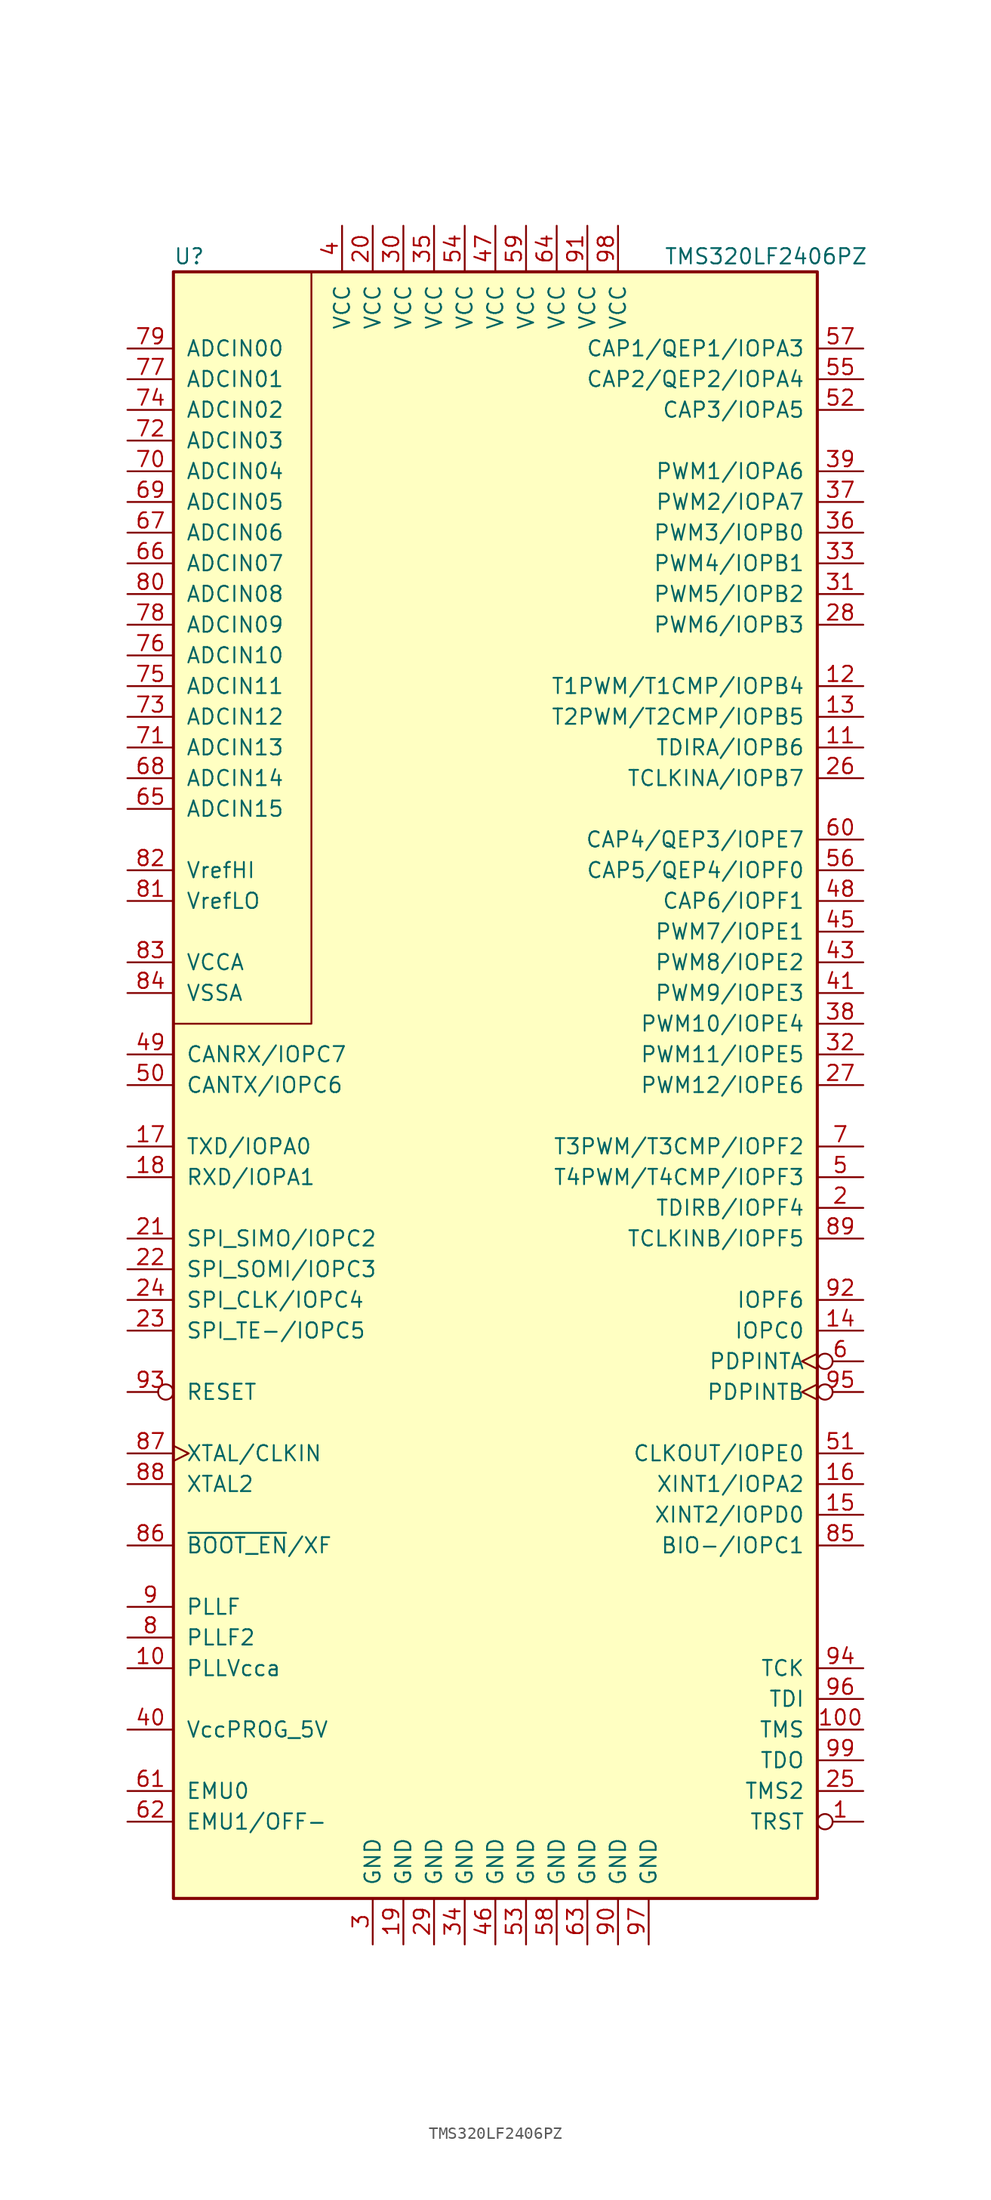
<source format=kicad_sym>
(kicad_symbol_lib
  (version 20201005)
  (generator kicad_symbol_editor)
  (symbol "TMS320LF2406PZ"
    (pin_names
      (offset 1.016))
    (property "Reference" "U"
      (at -26.67 66.04 0)
      (effects (font (size 1.27 1.27)) (justify left)))
    (property "Value" "TMS320LF2406PZ"
      (at 13.97 66.04 0)
      (effects (font (size 1.27 1.27)) (justify left)))
    (symbol "TMS320LF2406PZ_0_1"
      (rectangle (start -26.67 64.77) (end 26.67 -69.85) (stroke (width 0.254)) (fill (type background)))
      (polyline (pts (xy -15.24 64.77) (xy -15.24 2.54) (xy -22.86 2.54) (xy -26.67 2.54)) (stroke (width 0)) (fill (type none))))
    (symbol "TMS320LF2406PZ_1_1"
      (pin input inverted (at 30.48 -63.5 180) (length 3.81) (name "TRST" (effects (font (size 1.27 1.27)))) (number "1" (effects (font (size 1.27 1.27)))))
      (pin passive line (at -30.48 -50.8 0) (length 3.81) (name "PLLVcca" (effects (font (size 1.27 1.27)))) (number "10" (effects (font (size 1.27 1.27)))))
      (pin input line (at 30.48 -55.88 180) (length 3.81) (name "TMS" (effects (font (size 1.27 1.27)))) (number "100" (effects (font (size 1.27 1.27)))))
      (pin bidirectional line (at 30.48 25.4 180) (length 3.81) (name "TDIRA/IOPB6" (effects (font (size 1.27 1.27)))) (number "11" (effects (font (size 1.27 1.27)))))
      (pin bidirectional line (at 30.48 30.48 180) (length 3.81) (name "T1PWM/T1CMP/IOPB4" (effects (font (size 1.27 1.27)))) (number "12" (effects (font (size 1.27 1.27)))))
      (pin bidirectional line (at 30.48 27.94 180) (length 3.81) (name "T2PWM/T2CMP/IOPB5" (effects (font (size 1.27 1.27)))) (number "13" (effects (font (size 1.27 1.27)))))
      (pin bidirectional line (at 30.48 -22.86 180) (length 3.81) (name "IOPC0" (effects (font (size 1.27 1.27)))) (number "14" (effects (font (size 1.27 1.27)))))
      (pin bidirectional line (at 30.48 -38.1 180) (length 3.81) (name "XINT2/IOPD0" (effects (font (size 1.27 1.27)))) (number "15" (effects (font (size 1.27 1.27)))))
      (pin bidirectional line (at 30.48 -35.56 180) (length 3.81) (name "XINT1/IOPA2" (effects (font (size 1.27 1.27)))) (number "16" (effects (font (size 1.27 1.27)))))
      (pin bidirectional line (at -30.48 -7.62 0) (length 3.81) (name "TXD/IOPA0" (effects (font (size 1.27 1.27)))) (number "17" (effects (font (size 1.27 1.27)))))
      (pin bidirectional line (at -30.48 -10.16 0) (length 3.81) (name "RXD/IOPA1" (effects (font (size 1.27 1.27)))) (number "18" (effects (font (size 1.27 1.27)))))
      (pin power_in line (at -7.62 -73.66 90) (length 3.81) (name "GND" (effects (font (size 1.27 1.27)))) (number "19" (effects (font (size 1.27 1.27)))))
      (pin bidirectional line (at 30.48 -12.7 180) (length 3.81) (name "TDIRB/IOPF4" (effects (font (size 1.27 1.27)))) (number "2" (effects (font (size 1.27 1.27)))))
      (pin power_in line (at -10.16 68.58 270) (length 3.81) (name "VCC" (effects (font (size 1.27 1.27)))) (number "20" (effects (font (size 1.27 1.27)))))
      (pin bidirectional line (at -30.48 -15.24 0) (length 3.81) (name "SPI_SIMO/IOPC2" (effects (font (size 1.27 1.27)))) (number "21" (effects (font (size 1.27 1.27)))))
      (pin bidirectional line (at -30.48 -17.78 0) (length 3.81) (name "SPI_SOMI/IOPC3" (effects (font (size 1.27 1.27)))) (number "22" (effects (font (size 1.27 1.27)))))
      (pin bidirectional line (at -30.48 -22.86 0) (length 3.81) (name "SPI_TE-/IOPC5" (effects (font (size 1.27 1.27)))) (number "23" (effects (font (size 1.27 1.27)))))
      (pin bidirectional line (at -30.48 -20.32 0) (length 3.81) (name "SPI_CLK/IOPC4" (effects (font (size 1.27 1.27)))) (number "24" (effects (font (size 1.27 1.27)))))
      (pin input line (at 30.48 -60.96 180) (length 3.81) (name "TMS2" (effects (font (size 1.27 1.27)))) (number "25" (effects (font (size 1.27 1.27)))))
      (pin passive line (at 30.48 22.86 180) (length 3.81) (name "TCLKINA/IOPB7" (effects (font (size 1.27 1.27)))) (number "26" (effects (font (size 1.27 1.27)))))
      (pin bidirectional line (at 30.48 -2.54 180) (length 3.81) (name "PWM12/IOPE6" (effects (font (size 1.27 1.27)))) (number "27" (effects (font (size 1.27 1.27)))))
      (pin bidirectional line (at 30.48 35.56 180) (length 3.81) (name "PWM6/IOPB3" (effects (font (size 1.27 1.27)))) (number "28" (effects (font (size 1.27 1.27)))))
      (pin power_in line (at -5.08 -73.66 90) (length 3.81) (name "GND" (effects (font (size 1.27 1.27)))) (number "29" (effects (font (size 1.27 1.27)))))
      (pin power_in line (at -10.16 -73.66 90) (length 3.81) (name "GND" (effects (font (size 1.27 1.27)))) (number "3" (effects (font (size 1.27 1.27)))))
      (pin power_in line (at -7.62 68.58 270) (length 3.81) (name "VCC" (effects (font (size 1.27 1.27)))) (number "30" (effects (font (size 1.27 1.27)))))
      (pin bidirectional line (at 30.48 38.1 180) (length 3.81) (name "PWM5/IOPB2" (effects (font (size 1.27 1.27)))) (number "31" (effects (font (size 1.27 1.27)))))
      (pin bidirectional line (at 30.48 0 180) (length 3.81) (name "PWM11/IOPE5" (effects (font (size 1.27 1.27)))) (number "32" (effects (font (size 1.27 1.27)))))
      (pin bidirectional line (at 30.48 40.64 180) (length 3.81) (name "PWM4/IOPB1" (effects (font (size 1.27 1.27)))) (number "33" (effects (font (size 1.27 1.27)))))
      (pin power_in line (at -2.54 -73.66 90) (length 3.81) (name "GND" (effects (font (size 1.27 1.27)))) (number "34" (effects (font (size 1.27 1.27)))))
      (pin power_in line (at -5.08 68.58 270) (length 3.81) (name "VCC" (effects (font (size 1.27 1.27)))) (number "35" (effects (font (size 1.27 1.27)))))
      (pin bidirectional line (at 30.48 43.18 180) (length 3.81) (name "PWM3/IOPB0" (effects (font (size 1.27 1.27)))) (number "36" (effects (font (size 1.27 1.27)))))
      (pin bidirectional line (at 30.48 45.72 180) (length 3.81) (name "PWM2/IOPA7" (effects (font (size 1.27 1.27)))) (number "37" (effects (font (size 1.27 1.27)))))
      (pin bidirectional line (at 30.48 2.54 180) (length 3.81) (name "PWM10/IOPE4" (effects (font (size 1.27 1.27)))) (number "38" (effects (font (size 1.27 1.27)))))
      (pin bidirectional line (at 30.48 48.26 180) (length 3.81) (name "PWM1/IOPA6" (effects (font (size 1.27 1.27)))) (number "39" (effects (font (size 1.27 1.27)))))
      (pin power_in line (at -12.7 68.58 270) (length 3.81) (name "VCC" (effects (font (size 1.27 1.27)))) (number "4" (effects (font (size 1.27 1.27)))))
      (pin passive line (at -30.48 -55.88 0) (length 3.81) (name "VccPROG_5V" (effects (font (size 1.27 1.27)))) (number "40" (effects (font (size 1.27 1.27)))))
      (pin bidirectional line (at 30.48 5.08 180) (length 3.81) (name "PWM9/IOPE3" (effects (font (size 1.27 1.27)))) (number "41" (effects (font (size 1.27 1.27)))))
      (pin bidirectional line (at 30.48 7.62 180) (length 3.81) (name "PWM8/IOPE2" (effects (font (size 1.27 1.27)))) (number "43" (effects (font (size 1.27 1.27)))))
      (pin bidirectional line (at 30.48 10.16 180) (length 3.81) (name "PWM7/IOPE1" (effects (font (size 1.27 1.27)))) (number "45" (effects (font (size 1.27 1.27)))))
      (pin power_in line (at 0 -73.66 90) (length 3.81) (name "GND" (effects (font (size 1.27 1.27)))) (number "46" (effects (font (size 1.27 1.27)))))
      (pin power_in line (at 0 68.58 270) (length 3.81) (name "VCC" (effects (font (size 1.27 1.27)))) (number "47" (effects (font (size 1.27 1.27)))))
      (pin bidirectional line (at 30.48 12.7 180) (length 3.81) (name "CAP6/IOPF1" (effects (font (size 1.27 1.27)))) (number "48" (effects (font (size 1.27 1.27)))))
      (pin bidirectional line (at -30.48 0 0) (length 3.81) (name "CANRX/IOPC7" (effects (font (size 1.27 1.27)))) (number "49" (effects (font (size 1.27 1.27)))))
      (pin bidirectional line (at 30.48 -10.16 180) (length 3.81) (name "T4PWM/T4CMP/IOPF3" (effects (font (size 1.27 1.27)))) (number "5" (effects (font (size 1.27 1.27)))))
      (pin bidirectional line (at -30.48 -2.54 0) (length 3.81) (name "CANTX/IOPC6" (effects (font (size 1.27 1.27)))) (number "50" (effects (font (size 1.27 1.27)))))
      (pin bidirectional line (at 30.48 -33.02 180) (length 3.81) (name "CLKOUT/IOPE0" (effects (font (size 1.27 1.27)))) (number "51" (effects (font (size 1.27 1.27)))))
      (pin bidirectional line (at 30.48 53.34 180) (length 3.81) (name "CAP3/IOPA5" (effects (font (size 1.27 1.27)))) (number "52" (effects (font (size 1.27 1.27)))))
      (pin power_in line (at 2.54 -73.66 90) (length 3.81) (name "GND" (effects (font (size 1.27 1.27)))) (number "53" (effects (font (size 1.27 1.27)))))
      (pin power_in line (at -2.54 68.58 270) (length 3.81) (name "VCC" (effects (font (size 1.27 1.27)))) (number "54" (effects (font (size 1.27 1.27)))))
      (pin bidirectional line (at 30.48 55.88 180) (length 3.81) (name "CAP2/QEP2/IOPA4" (effects (font (size 1.27 1.27)))) (number "55" (effects (font (size 1.27 1.27)))))
      (pin passive line (at 30.48 15.24 180) (length 3.81) (name "CAP5/QEP4/IOPF0" (effects (font (size 1.27 1.27)))) (number "56" (effects (font (size 1.27 1.27)))))
      (pin bidirectional line (at 30.48 58.42 180) (length 3.81) (name "CAP1/QEP1/IOPA3" (effects (font (size 1.27 1.27)))) (number "57" (effects (font (size 1.27 1.27)))))
      (pin power_in line (at 5.08 -73.66 90) (length 3.81) (name "GND" (effects (font (size 1.27 1.27)))) (number "58" (effects (font (size 1.27 1.27)))))
      (pin power_in line (at 2.54 68.58 270) (length 3.81) (name "VCC" (effects (font (size 1.27 1.27)))) (number "59" (effects (font (size 1.27 1.27)))))
      (pin input inverted_clock (at 30.48 -25.4 180) (length 3.81) (name "PDPINTA" (effects (font (size 1.27 1.27)))) (number "6" (effects (font (size 1.27 1.27)))))
      (pin bidirectional line (at 30.48 17.78 180) (length 3.81) (name "CAP4/QEP3/IOPE7" (effects (font (size 1.27 1.27)))) (number "60" (effects (font (size 1.27 1.27)))))
      (pin bidirectional line (at -30.48 -60.96 0) (length 3.81) (name "EMU0" (effects (font (size 1.27 1.27)))) (number "61" (effects (font (size 1.27 1.27)))))
      (pin bidirectional line (at -30.48 -63.5 0) (length 3.81) (name "EMU1/OFF-" (effects (font (size 1.27 1.27)))) (number "62" (effects (font (size 1.27 1.27)))))
      (pin power_in line (at 7.62 -73.66 90) (length 3.81) (name "GND" (effects (font (size 1.27 1.27)))) (number "63" (effects (font (size 1.27 1.27)))))
      (pin power_in line (at 5.08 68.58 270) (length 3.81) (name "VCC" (effects (font (size 1.27 1.27)))) (number "64" (effects (font (size 1.27 1.27)))))
      (pin input line (at -30.48 20.32 0) (length 3.81) (name "ADCIN15" (effects (font (size 1.27 1.27)))) (number "65" (effects (font (size 1.27 1.27)))))
      (pin input line (at -30.48 40.64 0) (length 3.81) (name "ADCIN07" (effects (font (size 1.27 1.27)))) (number "66" (effects (font (size 1.27 1.27)))))
      (pin input line (at -30.48 43.18 0) (length 3.81) (name "ADCIN06" (effects (font (size 1.27 1.27)))) (number "67" (effects (font (size 1.27 1.27)))))
      (pin input line (at -30.48 22.86 0) (length 3.81) (name "ADCIN14" (effects (font (size 1.27 1.27)))) (number "68" (effects (font (size 1.27 1.27)))))
      (pin input line (at -30.48 45.72 0) (length 3.81) (name "ADCIN05" (effects (font (size 1.27 1.27)))) (number "69" (effects (font (size 1.27 1.27)))))
      (pin bidirectional line (at 30.48 -7.62 180) (length 3.81) (name "T3PWM/T3CMP/IOPF2" (effects (font (size 1.27 1.27)))) (number "7" (effects (font (size 1.27 1.27)))))
      (pin input line (at -30.48 48.26 0) (length 3.81) (name "ADCIN04" (effects (font (size 1.27 1.27)))) (number "70" (effects (font (size 1.27 1.27)))))
      (pin input line (at -30.48 25.4 0) (length 3.81) (name "ADCIN13" (effects (font (size 1.27 1.27)))) (number "71" (effects (font (size 1.27 1.27)))))
      (pin input line (at -30.48 50.8 0) (length 3.81) (name "ADCIN03" (effects (font (size 1.27 1.27)))) (number "72" (effects (font (size 1.27 1.27)))))
      (pin input line (at -30.48 27.94 0) (length 3.81) (name "ADCIN12" (effects (font (size 1.27 1.27)))) (number "73" (effects (font (size 1.27 1.27)))))
      (pin input line (at -30.48 53.34 0) (length 3.81) (name "ADCIN02" (effects (font (size 1.27 1.27)))) (number "74" (effects (font (size 1.27 1.27)))))
      (pin input line (at -30.48 30.48 0) (length 3.81) (name "ADCIN11" (effects (font (size 1.27 1.27)))) (number "75" (effects (font (size 1.27 1.27)))))
      (pin input line (at -30.48 33.02 0) (length 3.81) (name "ADCIN10" (effects (font (size 1.27 1.27)))) (number "76" (effects (font (size 1.27 1.27)))))
      (pin input line (at -30.48 55.88 0) (length 3.81) (name "ADCIN01" (effects (font (size 1.27 1.27)))) (number "77" (effects (font (size 1.27 1.27)))))
      (pin input line (at -30.48 35.56 0) (length 3.81) (name "ADCIN09" (effects (font (size 1.27 1.27)))) (number "78" (effects (font (size 1.27 1.27)))))
      (pin input line (at -30.48 58.42 0) (length 3.81) (name "ADCIN00" (effects (font (size 1.27 1.27)))) (number "79" (effects (font (size 1.27 1.27)))))
      (pin passive line (at -30.48 -48.26 0) (length 3.81) (name "PLLF2" (effects (font (size 1.27 1.27)))) (number "8" (effects (font (size 1.27 1.27)))))
      (pin input line (at -30.48 38.1 0) (length 3.81) (name "ADCIN08" (effects (font (size 1.27 1.27)))) (number "80" (effects (font (size 1.27 1.27)))))
      (pin passive line (at -30.48 12.7 0) (length 3.81) (name "VrefLO" (effects (font (size 1.27 1.27)))) (number "81" (effects (font (size 1.27 1.27)))))
      (pin passive line (at -30.48 15.24 0) (length 3.81) (name "VrefHI" (effects (font (size 1.27 1.27)))) (number "82" (effects (font (size 1.27 1.27)))))
      (pin power_in line (at -30.48 7.62 0) (length 3.81) (name "VCCA" (effects (font (size 1.27 1.27)))) (number "83" (effects (font (size 1.27 1.27)))))
      (pin power_in line (at -30.48 5.08 0) (length 3.81) (name "VSSA" (effects (font (size 1.27 1.27)))) (number "84" (effects (font (size 1.27 1.27)))))
      (pin bidirectional line (at 30.48 -40.64 180) (length 3.81) (name "BIO-/IOPC1" (effects (font (size 1.27 1.27)))) (number "85" (effects (font (size 1.27 1.27)))))
      (pin output line (at -30.48 -40.64 0) (length 3.81) (name "~BOOT_EN~/XF" (effects (font (size 1.27 1.27)))) (number "86" (effects (font (size 1.27 1.27)))))
      (pin input clock (at -30.48 -33.02 0) (length 3.81) (name "XTAL/CLKIN" (effects (font (size 1.27 1.27)))) (number "87" (effects (font (size 1.27 1.27)))))
      (pin output line (at -30.48 -35.56 0) (length 3.81) (name "XTAL2" (effects (font (size 1.27 1.27)))) (number "88" (effects (font (size 1.27 1.27)))))
      (pin bidirectional line (at 30.48 -15.24 180) (length 3.81) (name "TCLKINB/IOPF5" (effects (font (size 1.27 1.27)))) (number "89" (effects (font (size 1.27 1.27)))))
      (pin passive line (at -30.48 -45.72 0) (length 3.81) (name "PLLF" (effects (font (size 1.27 1.27)))) (number "9" (effects (font (size 1.27 1.27)))))
      (pin power_in line (at 10.16 -73.66 90) (length 3.81) (name "GND" (effects (font (size 1.27 1.27)))) (number "90" (effects (font (size 1.27 1.27)))))
      (pin power_in line (at 7.62 68.58 270) (length 3.81) (name "VCC" (effects (font (size 1.27 1.27)))) (number "91" (effects (font (size 1.27 1.27)))))
      (pin bidirectional line (at 30.48 -20.32 180) (length 3.81) (name "IOPF6" (effects (font (size 1.27 1.27)))) (number "92" (effects (font (size 1.27 1.27)))))
      (pin input inverted (at -30.48 -27.94 0) (length 3.81) (name "RESET" (effects (font (size 1.27 1.27)))) (number "93" (effects (font (size 1.27 1.27)))))
      (pin input line (at 30.48 -50.8 180) (length 3.81) (name "TCK" (effects (font (size 1.27 1.27)))) (number "94" (effects (font (size 1.27 1.27)))))
      (pin input inverted_clock (at 30.48 -27.94 180) (length 3.81) (name "PDPINTB" (effects (font (size 1.27 1.27)))) (number "95" (effects (font (size 1.27 1.27)))))
      (pin input line (at 30.48 -53.34 180) (length 3.81) (name "TDI" (effects (font (size 1.27 1.27)))) (number "96" (effects (font (size 1.27 1.27)))))
      (pin power_in line (at 12.7 -73.66 90) (length 3.81) (name "GND" (effects (font (size 1.27 1.27)))) (number "97" (effects (font (size 1.27 1.27)))))
      (pin power_in line (at 10.16 68.58 270) (length 3.81) (name "VCC" (effects (font (size 1.27 1.27)))) (number "98" (effects (font (size 1.27 1.27)))))
      (pin output line (at 30.48 -58.42 180) (length 3.81) (name "TDO" (effects (font (size 1.27 1.27)))) (number "99" (effects (font (size 1.27 1.27))))))))
</source>
